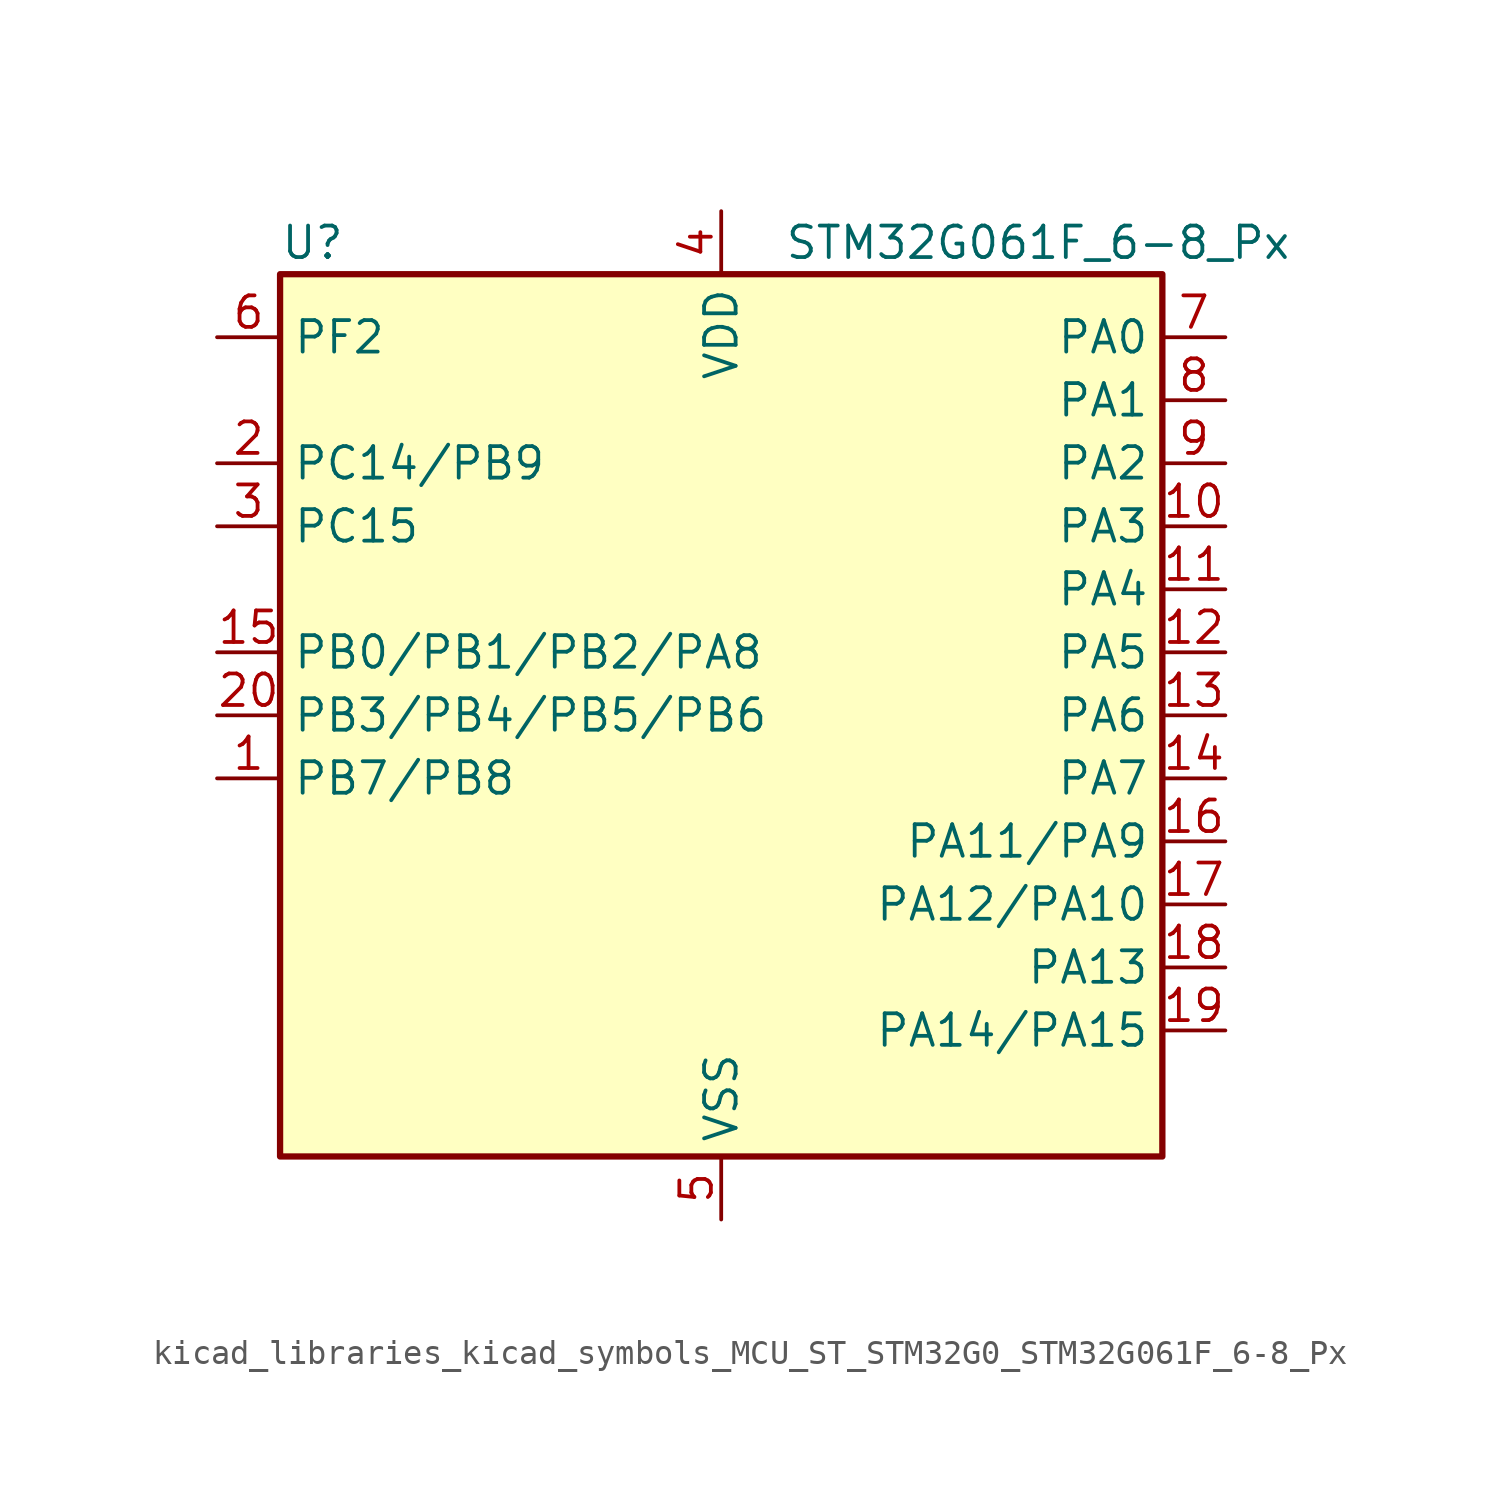
<source format=kicad_sym>
(kicad_symbol_lib
  (version 20220914)
  (generator kicad_symbol_editor)
  (symbol "kicad_libraries_kicad_symbols_MCU_ST_STM32G0_STM32G061F_6-8_Px"
    (property "Reference" "U"
      (at -17.78 19.05 0)
      (effects (font (size 1.27 1.27)) (justify left)))
    (property "Value" "STM32G061F_6-8_Px"
      (at 2.54 19.05 0)
      (effects (font (size 1.27 1.27)) (justify left)))
    (property "ki_locked" ""
      (at 0 0 0)
      (effects (font (size 1.27 1.27))))
    (symbol "kicad_libraries_kicad_symbols_MCU_ST_STM32G0_STM32G061F_6-8_Px_0_1"
      (rectangle (start -17.78 -17.78) (end 17.78 17.78) (stroke (width 0.254) (type default)) (fill (type background))))
    (symbol "kicad_libraries_kicad_symbols_MCU_ST_STM32G0_STM32G061F_6-8_Px_1_1"
      (pin bidirectional line (at -20.32 -2.54 0) (length 2.54) (name "PB7/PB8" (effects (font (size 1.27 1.27)))) (number "1" (effects (font (size 1.27 1.27)))) (alternate "ADC1_IN11" bidirectional line) (alternate "COMP2_INM" bidirectional line) (alternate "I2C1_SDA" bidirectional line) (alternate "LPTIM1_IN2" bidirectional line) (alternate "SPI2_MOSI" bidirectional line) (alternate "SYS_PVD_IN" bidirectional line) (alternate "TIM17_CH1N" bidirectional line) (alternate "USART1_RX" bidirectional line))
      (pin bidirectional line (at 20.32 7.62 180) (length 2.54) (name "PA3" (effects (font (size 1.27 1.27)))) (number "10" (effects (font (size 1.27 1.27)))) (alternate "ADC1_IN3" bidirectional line) (alternate "COMP2_INP" bidirectional line) (alternate "LPUART1_RX" bidirectional line) (alternate "SPI2_MISO" bidirectional line) (alternate "TIM15_CH2" bidirectional line) (alternate "TIM2_CH4" bidirectional line) (alternate "USART2_RX" bidirectional line))
      (pin bidirectional line (at 20.32 5.08 180) (length 2.54) (name "PA4" (effects (font (size 1.27 1.27)))) (number "11" (effects (font (size 1.27 1.27)))) (alternate "ADC1_IN4" bidirectional line) (alternate "DAC1_OUT1" bidirectional line) (alternate "I2S1_WS" bidirectional line) (alternate "LPTIM2_OUT" bidirectional line) (alternate "RTC_OUT1" bidirectional line) (alternate "RTC_TAMP_IN1" bidirectional line) (alternate "RTC_TS" bidirectional line) (alternate "SPI1_NSS" bidirectional line) (alternate "SPI2_MOSI" bidirectional line) (alternate "SYS_WKUP2" bidirectional line) (alternate "TIM14_CH1" bidirectional line))
      (pin bidirectional line (at 20.32 2.54 180) (length 2.54) (name "PA5" (effects (font (size 1.27 1.27)))) (number "12" (effects (font (size 1.27 1.27)))) (alternate "ADC1_IN5" bidirectional line) (alternate "DAC1_OUT2" bidirectional line) (alternate "I2S1_CK" bidirectional line) (alternate "LPTIM2_ETR" bidirectional line) (alternate "SPI1_SCK" bidirectional line) (alternate "TIM2_CH1" bidirectional line) (alternate "TIM2_ETR" bidirectional line))
      (pin bidirectional line (at 20.32 0 180) (length 2.54) (name "PA6" (effects (font (size 1.27 1.27)))) (number "13" (effects (font (size 1.27 1.27)))) (alternate "ADC1_IN6" bidirectional line) (alternate "COMP1_OUT" bidirectional line) (alternate "I2S1_MCK" bidirectional line) (alternate "LPUART1_CTS" bidirectional line) (alternate "SPI1_MISO" bidirectional line) (alternate "TIM16_CH1" bidirectional line) (alternate "TIM1_BK" bidirectional line) (alternate "TIM3_CH1" bidirectional line))
      (pin bidirectional line (at 20.32 -2.54 180) (length 2.54) (name "PA7" (effects (font (size 1.27 1.27)))) (number "14" (effects (font (size 1.27 1.27)))) (alternate "ADC1_IN7" bidirectional line) (alternate "COMP2_OUT" bidirectional line) (alternate "I2S1_SD" bidirectional line) (alternate "SPI1_MOSI" bidirectional line) (alternate "TIM14_CH1" bidirectional line) (alternate "TIM17_CH1" bidirectional line) (alternate "TIM1_CH1N" bidirectional line) (alternate "TIM3_CH2" bidirectional line))
      (pin bidirectional line (at -20.32 2.54 0) (length 2.54) (name "PB0/PB1/PB2/PA8" (effects (font (size 1.27 1.27)))) (number "15" (effects (font (size 1.27 1.27)))) (alternate "ADC1_IN8" bidirectional line) (alternate "COMP1_OUT" bidirectional line) (alternate "I2S1_WS" bidirectional line) (alternate "LPTIM1_OUT" bidirectional line) (alternate "SPI1_NSS" bidirectional line) (alternate "TIM1_CH2N" bidirectional line) (alternate "TIM3_CH3" bidirectional line))
      (pin bidirectional line (at 20.32 -5.08 180) (length 2.54) (name "PA11/PA9" (effects (font (size 1.27 1.27)))) (number "16" (effects (font (size 1.27 1.27)))) (alternate "ADC1_EXTI11" bidirectional line) (alternate "ADC1_IN15" bidirectional line) (alternate "COMP1_OUT" bidirectional line) (alternate "I2C2_SCL" bidirectional line) (alternate "I2S1_MCK" bidirectional line) (alternate "SPI1_MISO" bidirectional line) (alternate "TIM1_BK2" bidirectional line) (alternate "TIM1_CH4" bidirectional line) (alternate "USART1_CTS" bidirectional line) (alternate "USART1_NSS" bidirectional line))
      (pin bidirectional line (at 20.32 -7.62 180) (length 2.54) (name "PA12/PA10" (effects (font (size 1.27 1.27)))) (number "17" (effects (font (size 1.27 1.27)))) (alternate "ADC1_IN16" bidirectional line) (alternate "COMP2_OUT" bidirectional line) (alternate "I2C2_SDA" bidirectional line) (alternate "I2S1_SD" bidirectional line) (alternate "I2S_CKIN" bidirectional line) (alternate "SPI1_MOSI" bidirectional line) (alternate "TIM1_ETR" bidirectional line) (alternate "USART1_CK" bidirectional line) (alternate "USART1_DE" bidirectional line) (alternate "USART1_RTS" bidirectional line))
      (pin bidirectional line (at 20.32 -10.16 180) (length 2.54) (name "PA13" (effects (font (size 1.27 1.27)))) (number "18" (effects (font (size 1.27 1.27)))) (alternate "ADC1_IN17" bidirectional line) (alternate "IR_OUT" bidirectional line) (alternate "SYS_SWDIO" bidirectional line))
      (pin bidirectional line (at 20.32 -12.7 180) (length 2.54) (name "PA14/PA15" (effects (font (size 1.27 1.27)))) (number "19" (effects (font (size 1.27 1.27)))) (alternate "ADC1_IN18" bidirectional line) (alternate "SYS_SWCLK" bidirectional line) (alternate "USART2_TX" bidirectional line))
      (pin bidirectional line (at -20.32 10.16 0) (length 2.54) (name "PC14/PB9" (effects (font (size 1.27 1.27)))) (number "2" (effects (font (size 1.27 1.27)))) (alternate "RCC_OSC32_IN" bidirectional line) (alternate "RCC_OSC_IN" bidirectional line) (alternate "TIM1_BK2" bidirectional line))
      (pin bidirectional line (at -20.32 0 0) (length 2.54) (name "PB3/PB4/PB5/PB6" (effects (font (size 1.27 1.27)))) (number "20" (effects (font (size 1.27 1.27)))) (alternate "COMP2_INM" bidirectional line) (alternate "I2S1_CK" bidirectional line) (alternate "SPI1_SCK" bidirectional line) (alternate "TIM1_CH2" bidirectional line) (alternate "TIM2_CH2" bidirectional line) (alternate "USART1_CK" bidirectional line) (alternate "USART1_DE" bidirectional line) (alternate "USART1_RTS" bidirectional line))
      (pin bidirectional line (at -20.32 7.62 0) (length 2.54) (name "PC15" (effects (font (size 1.27 1.27)))) (number "3" (effects (font (size 1.27 1.27)))) (alternate "RCC_OSC32_EN" bidirectional line) (alternate "RCC_OSC32_OUT" bidirectional line) (alternate "RCC_OSC_EN" bidirectional line) (alternate "TIM15_BK" bidirectional line))
      (pin power_in line (at 0 20.32 270) (length 2.54) (name "VDD" (effects (font (size 1.27 1.27)))) (number "4" (effects (font (size 1.27 1.27)))))
      (pin power_in line (at 0 -20.32 90) (length 2.54) (name "VSS" (effects (font (size 1.27 1.27)))) (number "5" (effects (font (size 1.27 1.27)))))
      (pin bidirectional line (at -20.32 15.24 0) (length 2.54) (name "PF2" (effects (font (size 1.27 1.27)))) (number "6" (effects (font (size 1.27 1.27)))) (alternate "RCC_MCO" bidirectional line))
      (pin bidirectional line (at 20.32 15.24 180) (length 2.54) (name "PA0" (effects (font (size 1.27 1.27)))) (number "7" (effects (font (size 1.27 1.27)))) (alternate "ADC1_IN0" bidirectional line) (alternate "COMP1_INM" bidirectional line) (alternate "COMP1_OUT" bidirectional line) (alternate "LPTIM1_OUT" bidirectional line) (alternate "RTC_TAMP_IN2" bidirectional line) (alternate "SPI2_SCK" bidirectional line) (alternate "SYS_WKUP1" bidirectional line) (alternate "TIM2_CH1" bidirectional line) (alternate "TIM2_ETR" bidirectional line) (alternate "USART2_CTS" bidirectional line) (alternate "USART2_NSS" bidirectional line))
      (pin bidirectional line (at 20.32 12.7 180) (length 2.54) (name "PA1" (effects (font (size 1.27 1.27)))) (number "8" (effects (font (size 1.27 1.27)))) (alternate "ADC1_IN1" bidirectional line) (alternate "COMP1_INP" bidirectional line) (alternate "I2C1_SMBA" bidirectional line) (alternate "I2S1_CK" bidirectional line) (alternate "SPI1_SCK" bidirectional line) (alternate "TIM15_CH1N" bidirectional line) (alternate "TIM2_CH2" bidirectional line) (alternate "USART2_CK" bidirectional line) (alternate "USART2_DE" bidirectional line) (alternate "USART2_RTS" bidirectional line))
      (pin bidirectional line (at 20.32 10.16 180) (length 2.54) (name "PA2" (effects (font (size 1.27 1.27)))) (number "9" (effects (font (size 1.27 1.27)))) (alternate "ADC1_IN2" bidirectional line) (alternate "COMP2_INM" bidirectional line) (alternate "COMP2_OUT" bidirectional line) (alternate "I2S1_SD" bidirectional line) (alternate "LPUART1_TX" bidirectional line) (alternate "RCC_LSCO" bidirectional line) (alternate "SPI1_MOSI" bidirectional line) (alternate "SYS_WKUP4" bidirectional line) (alternate "TIM15_CH1" bidirectional line) (alternate "TIM2_CH3" bidirectional line) (alternate "USART2_TX" bidirectional line)))))
</source>
